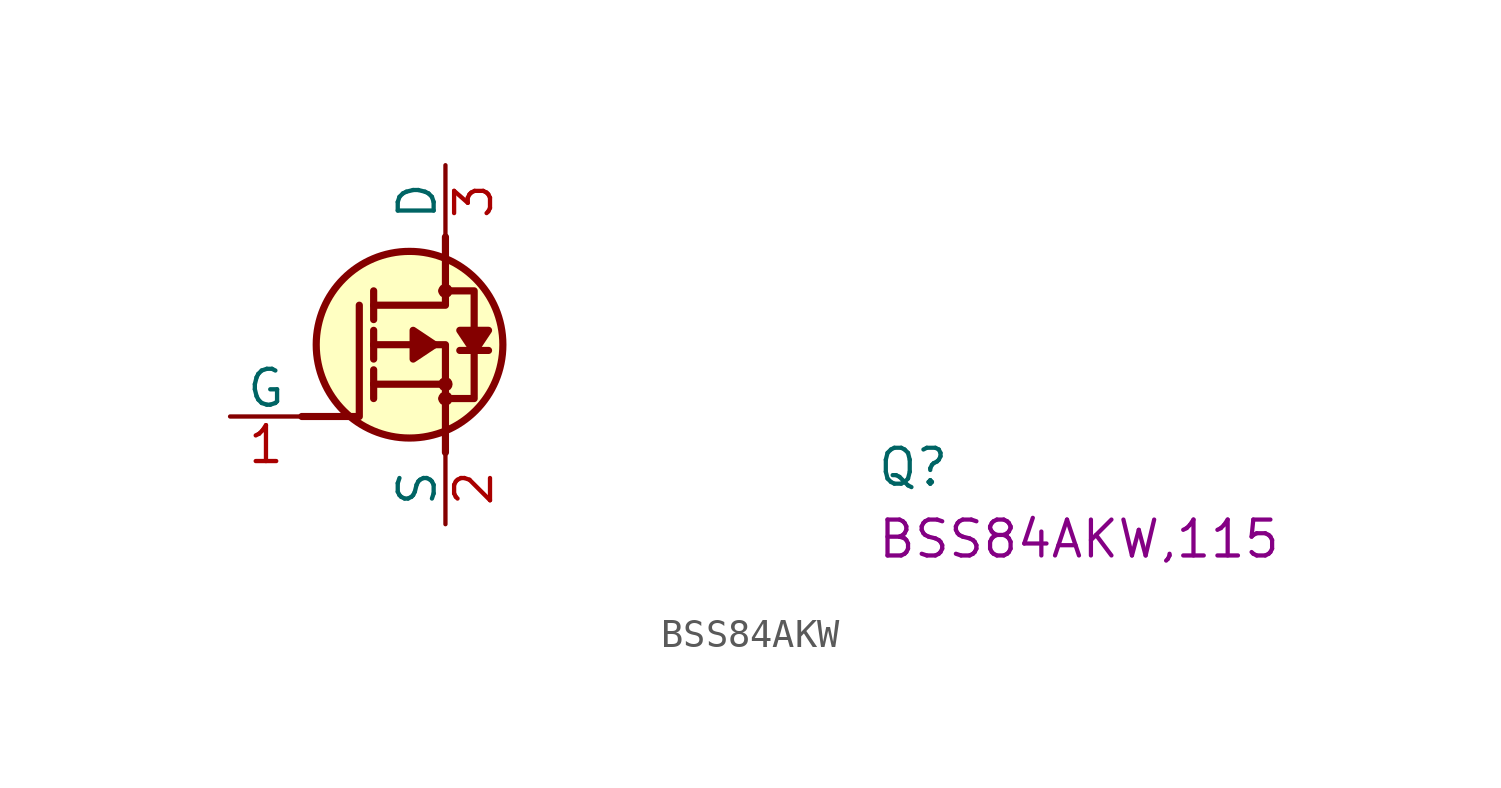
<source format=kicad_sym>
(kicad_symbol_lib
  (version 20220914)
  (generator kicad_symbol_editor)
  (symbol "BSS84AKW"
    (pin_names
      (offset 0))
    (property "Reference" "Q"
      (at 22.86 -2.54 0)
      (effects (font (size 1.27 1.27) (thickness 0.15)) (justify left bottom)))
    (property "MPN" "BSS84AKW,115"
      (at 22.86 -5.08 0)
      (effects (font (size 1.27 1.27) (thickness 0.15)) (justify left bottom)))
    (symbol "BSS84AKW_1_1"
      (polyline (pts (xy 5.08 1.143) (xy 5.08 0.635)) (stroke (width 0.254) (type default)) (fill (type background)))
      (polyline (pts (xy 5.08 1.143) (xy 5.08 1.651)) (stroke (width 0.254) (type default)) (fill (type background)))
      (polyline (pts (xy 5.08 2.54) (xy 5.08 2.032)) (stroke (width 0.254) (type default)) (fill (type background)))
      (polyline (pts (xy 5.08 2.54) (xy 5.08 3.048)) (stroke (width 0.254) (type default)) (fill (type background)))
      (polyline (pts (xy 5.08 4.445) (xy 5.08 3.429)) (stroke (width 0.254) (type default)) (fill (type background)))
      (polyline (pts (xy 7.62 1.143) (xy 5.08 1.143)) (stroke (width 0.254) (type default)) (fill (type background)))
      (polyline (pts (xy 9.144 2.337) (xy 8.128 2.337)) (stroke (width 0.254) (type default)) (fill (type background)))
      (polyline (pts (xy 2.54 0) (xy 4.572 0) (xy 4.572 3.937)) (stroke (width 0.254) (type default)) (fill (type none)))
      (polyline (pts (xy 7.62 -1.27) (xy 7.62 2.54) (xy 5.08 2.54)) (stroke (width 0.254) (type default)) (fill (type none)))
      (polyline (pts (xy 7.62 6.35) (xy 7.62 3.937) (xy 5.08 3.937)) (stroke (width 0.254) (type default)) (fill (type none)))
      (polyline (pts (xy 7.239 2.54) (xy 6.477 3.048) (xy 6.477 2.032) (xy 7.239 2.54)) (stroke (width 0.254) (type default)) (fill (type outline)))
      (polyline (pts (xy 8.636 2.286) (xy 9.144 3.048) (xy 8.128 3.048) (xy 8.636 2.286)) (stroke (width 0.254) (type default)) (fill (type outline)))
      (polyline (pts (xy 7.493 0.635) (xy 8.636 0.635) (xy 8.636 3.937) (xy 8.636 4.445) (xy 7.493 4.445)) (stroke (width 0.254) (type default)) (fill (type background)))
      (circle (center 6.35 2.54) (radius 3.302) (stroke (width 0.254) (type default)) (fill (type background)))
      (circle (center 7.62 0.635) (radius 0.127) (stroke (width 0.254) (type default)) (fill (type background)))
      (circle (center 7.62 1.143) (radius 0.127) (stroke (width 0.254) (type default)) (fill (type background)))
      (circle (center 7.62 4.445) (radius 0.127) (stroke (width 0.254) (type default)) (fill (type background)))
      (pin bidirectional line (at 0 0 0) (length 2.54) (name "G" (effects (font (size 1.27 1.27)))) (number "1" (effects (font (size 1.27 1.27)))))
      (pin bidirectional line (at 7.62 -3.81 90) (length 2.54) (name "S" (effects (font (size 1.27 1.27)))) (number "2" (effects (font (size 1.27 1.27)))))
      (pin bidirectional line (at 7.62 8.89 270) (length 2.54) (name "D" (effects (font (size 1.27 1.27)))) (number "3" (effects (font (size 1.27 1.27))))))))
</source>
